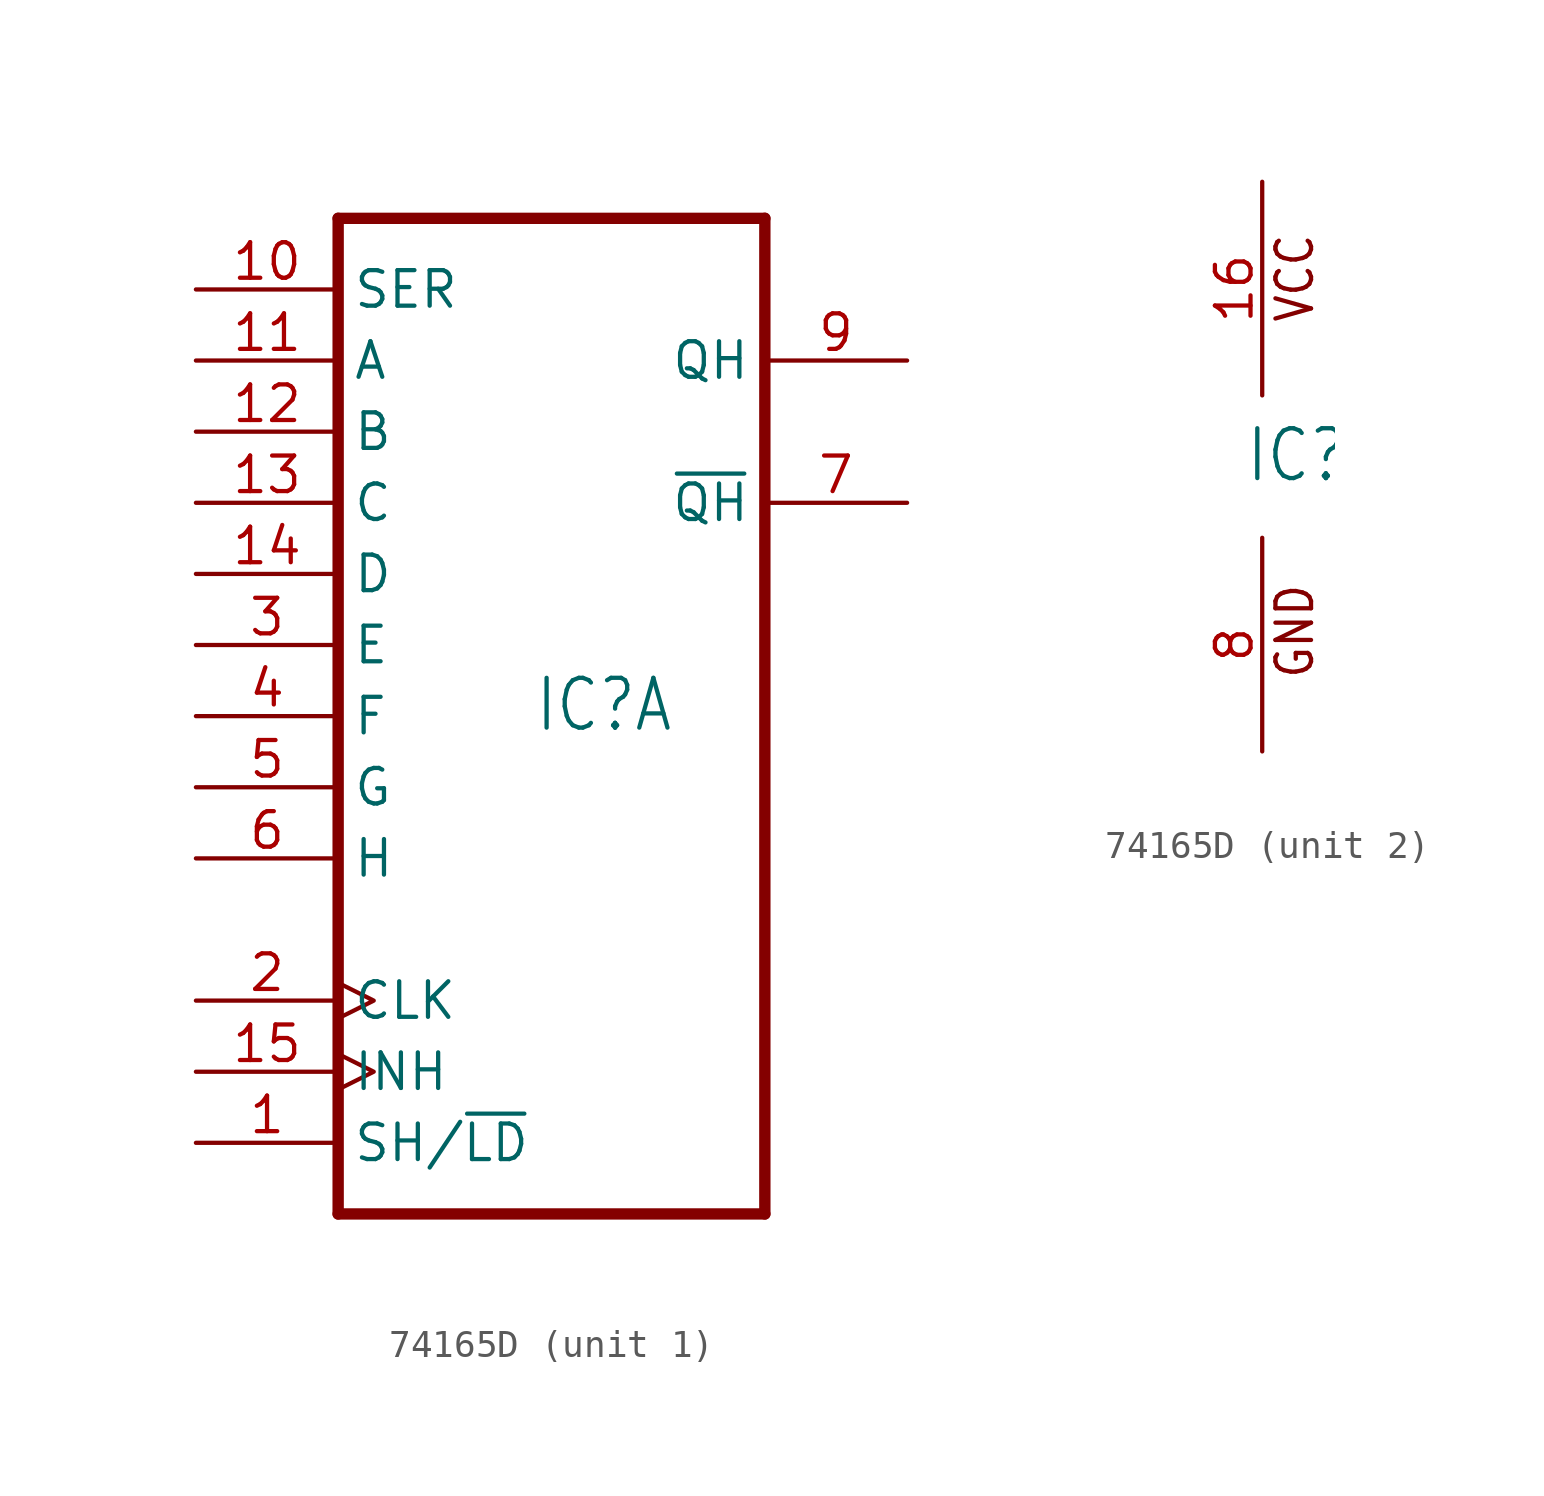
<source format=kicad_sym>
(kicad_symbol_lib
  (version 20211014)
  (generator kicad_symbol_editor)
  (symbol "74165D"
    (property "Reference" "IC"
      (at -0.635 -0.635 0)
      (effects (font (size 1.778 1.511)) (justify left bottom)))
    (property "ki_locked" ""
      (at 0 0 0)
      (effects (font (size 1.27 1.27))))
    (symbol "74165D_1_0"
      (polyline (pts (xy -7.62 -17.78) (xy 7.62 -17.78)) (stroke (width 0.406) (type default) (color 0 0 0 0)) (fill (type none)))
      (polyline (pts (xy -7.62 17.78) (xy -7.62 -17.78)) (stroke (width 0.406) (type default) (color 0 0 0 0)) (fill (type none)))
      (polyline (pts (xy 7.62 -17.78) (xy 7.62 17.78)) (stroke (width 0.406) (type default) (color 0 0 0 0)) (fill (type none)))
      (polyline (pts (xy 7.62 17.78) (xy -7.62 17.78)) (stroke (width 0.406) (type default) (color 0 0 0 0)) (fill (type none)))
      (pin input line (at -12.7 -15.24 0) (length 5.08) (name "SH/~{LD}" (effects (font (size 1.27 1.27)))) (number "1" (effects (font (size 1.27 1.27)))))
      (pin input line (at -12.7 15.24 0) (length 5.08) (name "SER" (effects (font (size 1.27 1.27)))) (number "10" (effects (font (size 1.27 1.27)))))
      (pin input line (at -12.7 12.7 0) (length 5.08) (name "A" (effects (font (size 1.27 1.27)))) (number "11" (effects (font (size 1.27 1.27)))))
      (pin input line (at -12.7 10.16 0) (length 5.08) (name "B" (effects (font (size 1.27 1.27)))) (number "12" (effects (font (size 1.27 1.27)))))
      (pin input line (at -12.7 7.62 0) (length 5.08) (name "C" (effects (font (size 1.27 1.27)))) (number "13" (effects (font (size 1.27 1.27)))))
      (pin input line (at -12.7 5.08 0) (length 5.08) (name "D" (effects (font (size 1.27 1.27)))) (number "14" (effects (font (size 1.27 1.27)))))
      (pin input clock (at -12.7 -12.7 0) (length 5.08) (name "INH" (effects (font (size 1.27 1.27)))) (number "15" (effects (font (size 1.27 1.27)))))
      (pin input clock (at -12.7 -10.16 0) (length 5.08) (name "CLK" (effects (font (size 1.27 1.27)))) (number "2" (effects (font (size 1.27 1.27)))))
      (pin input line (at -12.7 2.54 0) (length 5.08) (name "E" (effects (font (size 1.27 1.27)))) (number "3" (effects (font (size 1.27 1.27)))))
      (pin input line (at -12.7 0 0) (length 5.08) (name "F" (effects (font (size 1.27 1.27)))) (number "4" (effects (font (size 1.27 1.27)))))
      (pin input line (at -12.7 -2.54 0) (length 5.08) (name "G" (effects (font (size 1.27 1.27)))) (number "5" (effects (font (size 1.27 1.27)))))
      (pin input line (at -12.7 -5.08 0) (length 5.08) (name "H" (effects (font (size 1.27 1.27)))) (number "6" (effects (font (size 1.27 1.27)))))
      (pin output line (at 12.7 7.62 180) (length 5.08) (name "~{QH}" (effects (font (size 1.27 1.27)))) (number "7" (effects (font (size 1.27 1.27)))))
      (pin output line (at 12.7 12.7 180) (length 5.08) (name "QH" (effects (font (size 1.27 1.27)))) (number "9" (effects (font (size 1.27 1.27))))))
    (symbol "74165D_2_0"
      (text "GND" (at 1.905 -7.62 900) (effects (font (size 1.27 1.079)) (justify left bottom)))
      (text "VCC" (at 1.905 5.08 900) (effects (font (size 1.27 1.079)) (justify left bottom)))
      (pin power_in line (at 0 10.16 270) (length 7.62) (name "VCC" (effects (font (size 0 0)))) (number "16" (effects (font (size 1.27 1.27)))))
      (pin power_in line (at 0 -10.16 90) (length 7.62) (name "GND" (effects (font (size 0 0)))) (number "8" (effects (font (size 1.27 1.27))))))))
</source>
